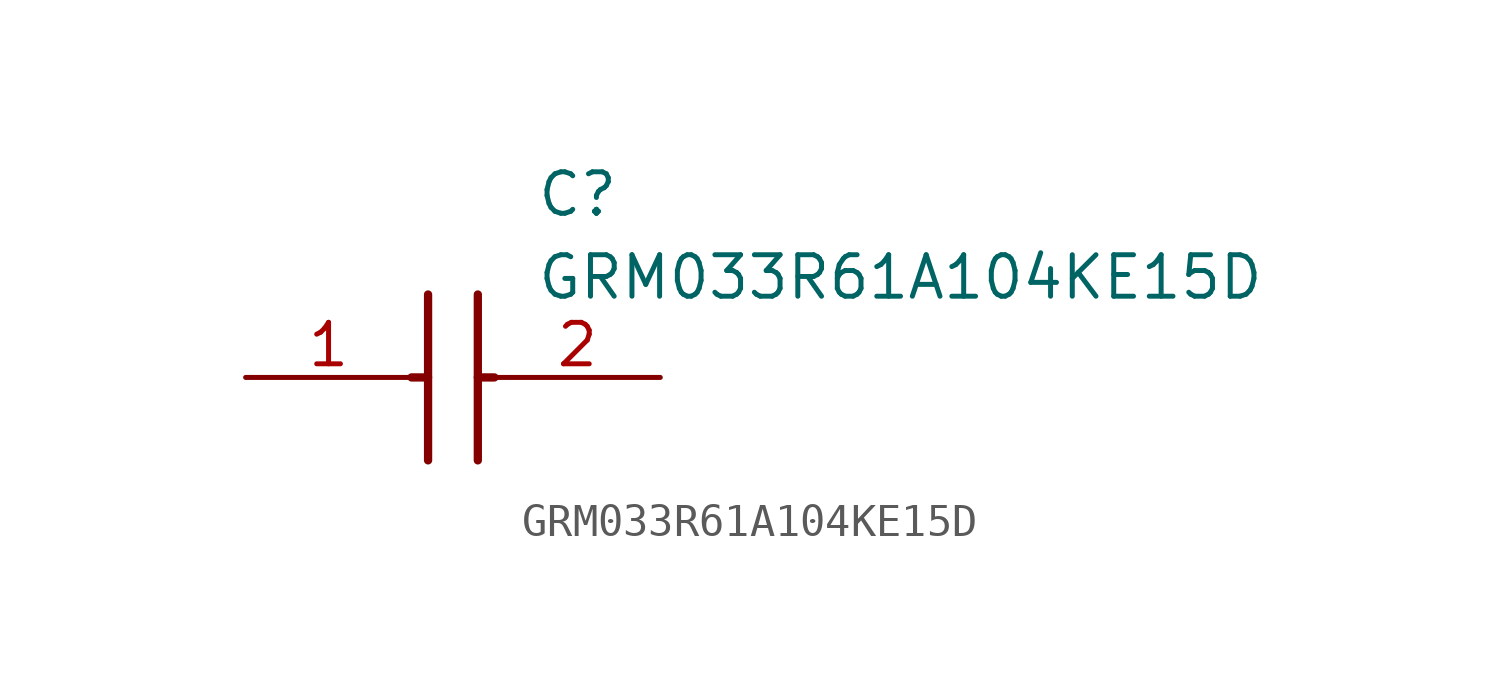
<source format=kicad_sym>
(kicad_symbol_lib
  (version 20211014)
  (generator SamacSys_ECAD_Model)
  (symbol "GRM033R61A104KE15D"
    (pin_names hide)
    (property "Reference" "C"
      (at 8.89 6.35 0)
      (effects (font (size 1.27 1.27)) (justify left top)))
    (property "Value" "GRM033R61A104KE15D"
      (at 8.89 3.81 0)
      (effects (font (size 1.27 1.27)) (justify left top)))
    (polyline
      (pts (xy 5.588 2.54) (xy 5.588 -2.54))
      (stroke (width 0.254) (type default))
      (fill (type none)))
    (polyline
      (pts (xy 7.112 2.54) (xy 7.112 -2.54))
      (stroke (width 0.254) (type default))
      (fill (type none)))
    (polyline
      (pts (xy 5.08 0) (xy 5.588 0))
      (stroke (width 0.254) (type default))
      (fill (type none)))
    (polyline
      (pts (xy 7.112 0) (xy 7.62 0))
      (stroke (width 0.254) (type default))
      (fill (type none)))
    (pin passive line
      (at 0 0 0)
      (length 5.08)
      (name "1" (effects (font (size 1.27 1.27))))
      (number "1" (effects (font (size 1.27 1.27)))))
    (pin passive line
      (at 12.7 0 180)
      (length 5.08)
      (name "2" (effects (font (size 1.27 1.27))))
      (number "2" (effects (font (size 1.27 1.27)))))))
</source>
